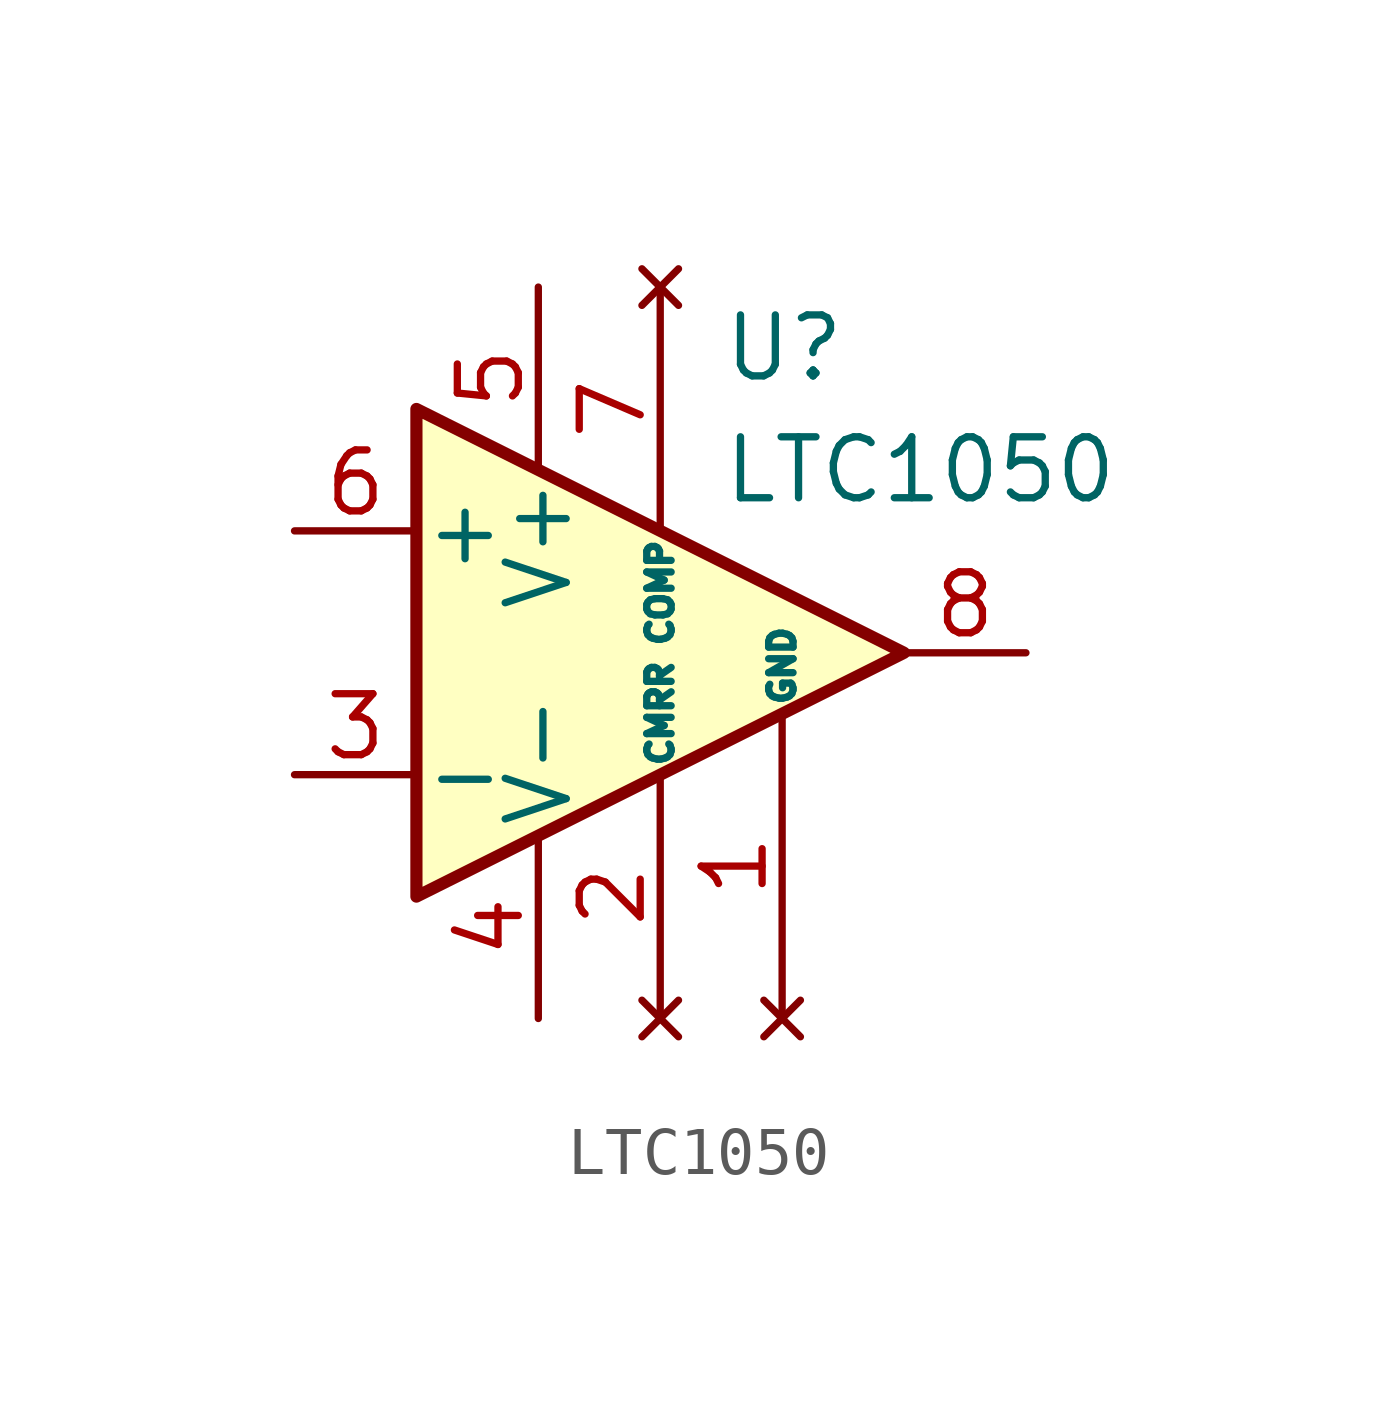
<source format=kicad_sym>
(kicad_symbol_lib
  (version 20211014)
  (generator kicad_symbol_editor)
  (symbol "LTC1050"
    (pin_names
      (offset 0.127))
    (property "Reference" "U"
      (at 1.27 6.35 0)
      (effects (font (size 1.27 1.27)) (justify left)))
    (property "Value" "LTC1050"
      (at 1.27 3.81 0)
      (effects (font (size 1.27 1.27)) (justify left)))
    (symbol "LTC1050_0_1"
      (polyline (pts (xy -5.08 5.08) (xy 5.08 0) (xy -5.08 -5.08) (xy -5.08 5.08)) (stroke (width 0.254) (type default) (color 0 0 0 0)) (fill (type background))))
    (symbol "LTC1050_1_1"
      (pin no_connect line (at 2.54 -7.62 90) (length 6.35) (name "GND" (effects (font (size 0.508 0.508)))) (number "1" (effects (font (size 1.27 1.27)))))
      (pin no_connect line (at 0 -7.62 90) (length 5.08) (name "CMRR" (effects (font (size 0.508 0.508)))) (number "2" (effects (font (size 1.27 1.27)))))
      (pin input line (at -7.62 -2.54 0) (length 2.54) (name "-" (effects (font (size 1.27 1.27)))) (number "3" (effects (font (size 1.27 1.27)))))
      (pin power_in line (at -2.54 -7.62 90) (length 3.81) (name "V-" (effects (font (size 1.27 1.27)))) (number "4" (effects (font (size 1.27 1.27)))))
      (pin power_in line (at -2.54 7.62 270) (length 3.81) (name "V+" (effects (font (size 1.27 1.27)))) (number "5" (effects (font (size 1.27 1.27)))))
      (pin input line (at -7.62 2.54 0) (length 2.54) (name "+" (effects (font (size 1.27 1.27)))) (number "6" (effects (font (size 1.27 1.27)))))
      (pin no_connect line (at 0 7.62 270) (length 5.08) (name "COMP" (effects (font (size 0.508 0.508)))) (number "7" (effects (font (size 1.27 1.27)))))
      (pin output line (at 7.62 0 180) (length 2.54) (name "~" (effects (font (size 1.27 1.27)))) (number "8" (effects (font (size 1.27 1.27))))))))
</source>
